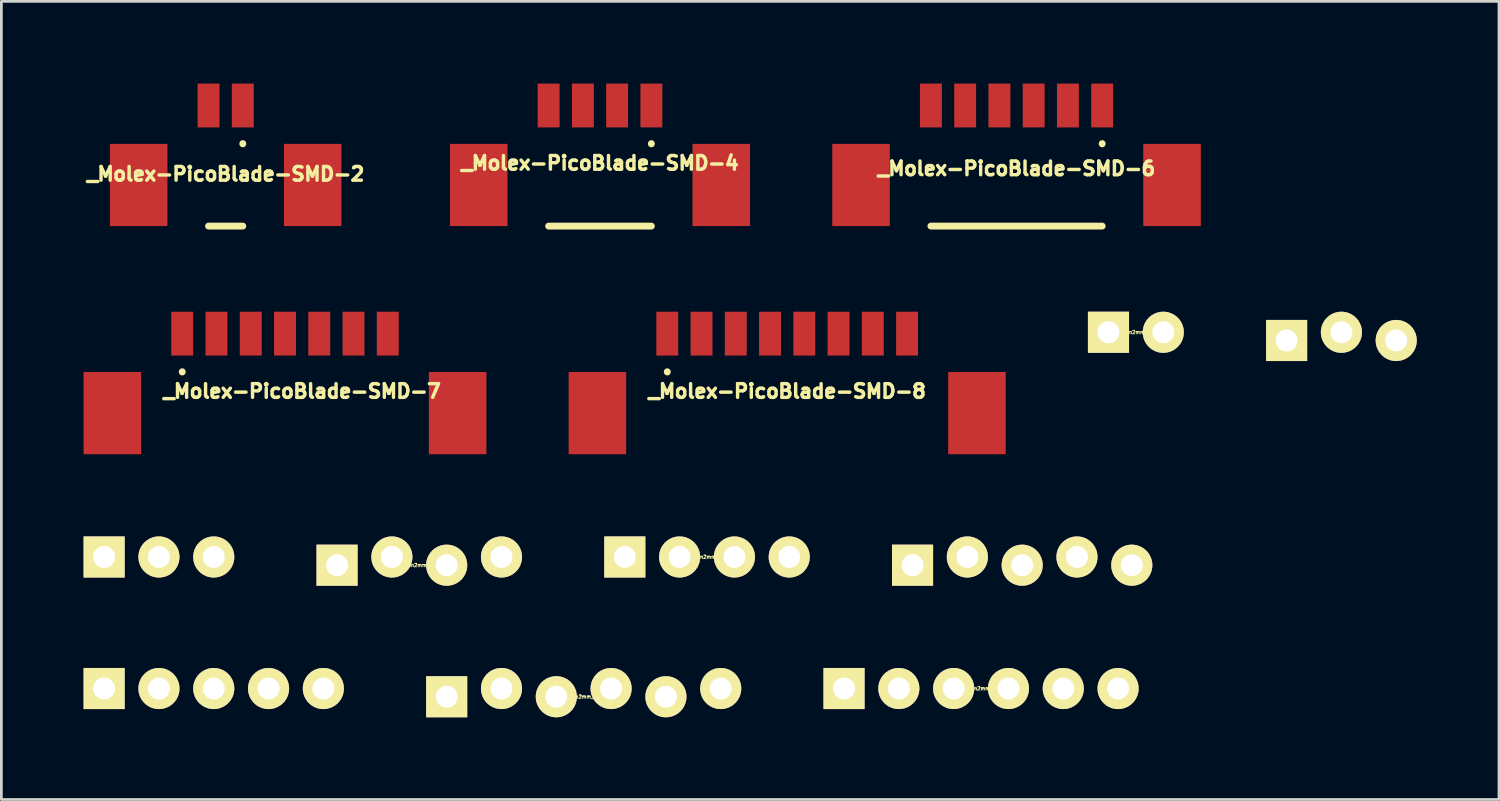
<source format=kicad_pcb>
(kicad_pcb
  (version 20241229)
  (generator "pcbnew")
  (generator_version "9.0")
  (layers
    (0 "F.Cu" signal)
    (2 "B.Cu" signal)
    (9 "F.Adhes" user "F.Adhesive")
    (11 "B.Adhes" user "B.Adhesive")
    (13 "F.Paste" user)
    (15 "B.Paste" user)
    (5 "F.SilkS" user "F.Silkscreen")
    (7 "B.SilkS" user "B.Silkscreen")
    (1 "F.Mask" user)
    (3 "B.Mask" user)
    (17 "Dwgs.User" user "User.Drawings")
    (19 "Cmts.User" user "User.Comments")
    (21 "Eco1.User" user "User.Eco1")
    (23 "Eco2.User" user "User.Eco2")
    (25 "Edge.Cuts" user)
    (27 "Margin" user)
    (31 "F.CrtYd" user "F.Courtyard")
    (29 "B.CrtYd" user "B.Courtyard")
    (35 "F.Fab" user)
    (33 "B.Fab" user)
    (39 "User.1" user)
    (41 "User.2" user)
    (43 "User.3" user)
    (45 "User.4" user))
  (footprint "_Pin2mm_6"
    (layer "F.Cu")
    (at 32.75 22.075)
    (property "Reference" "_Pin2mm_6" (at 0 0 0) (layer "F.SilkS") (effects (font (size 0.127 0.127) (thickness 0.032))))
    (attr through_hole)
    (pad "1" thru_hole rect (at -5 0) (size 1.5 1.5) (drill 0.8) (layers "*.Cu" "*.Mask" "F.SilkS"))
    (pad "2" thru_hole circle (at -3 0) (size 1.5 1.5) (drill 0.8) (layers "*.Cu" "*.Mask" "F.SilkS"))
    (pad "3" thru_hole circle (at -1 0) (size 1.5 1.5) (drill 0.8) (layers "*.Cu" "*.Mask" "F.SilkS"))
    (pad "4" thru_hole circle (at 1 0) (size 1.5 1.5) (drill 0.8) (layers "*.Cu" "*.Mask" "F.SilkS"))
    (pad "5" thru_hole circle (at 3 0) (size 1.5 1.5) (drill 0.8) (layers "*.Cu" "*.Mask" "F.SilkS"))
    (pad "6" thru_hole circle (at 5 0) (size 1.5 1.5) (drill 0.8) (layers "*.Cu" "*.Mask" "F.SilkS")))
  (footprint "_Pin2mm_3"
    (layer "F.Cu")
    (at 2.75 17.275)
    (property "Reference" "_Pin2mm_3" (at 0 0 0) (layer "F.SilkS") (effects (font (size 0.127 0.127) (thickness 0.032))))
    (attr through_hole)
    (pad "1" thru_hole rect (at -2 0) (size 1.5 1.5) (drill 0.8) (layers "*.Cu" "*.Mask" "F.SilkS"))
    (pad "2" thru_hole circle (at 0 0) (size 1.5 1.5) (drill 0.8) (layers "*.Cu" "*.Mask" "F.SilkS"))
    (pad "3" thru_hole circle (at 2 0) (size 1.5 1.5) (drill 0.8) (layers "*.Cu" "*.Mask" "F.SilkS")))
  (footprint "_Pin2mm_6z"
    (layer "F.Cu")
    (at 18.25 22.375)
    (property "Reference" "_Pin2mm_6z" (at 0 0 0) (layer "F.SilkS") (effects (font (size 0.127 0.127) (thickness 0.032))))
    (attr through_hole)
    (pad "1" thru_hole rect (at -5 0) (size 1.5 1.5) (drill 0.8) (layers "*.Cu" "*.Mask" "F.SilkS"))
    (pad "2" thru_hole circle (at -3 -0.3) (size 1.5 1.5) (drill 0.8) (layers "*.Cu" "*.Mask" "F.SilkS"))
    (pad "3" thru_hole circle (at -1 0) (size 1.5 1.5) (drill 0.8) (layers "*.Cu" "*.Mask" "F.SilkS"))
    (pad "4" thru_hole circle (at 1 -0.3) (size 1.5 1.5) (drill 0.8) (layers "*.Cu" "*.Mask" "F.SilkS"))
    (pad "5" thru_hole circle (at 3 0) (size 1.5 1.5) (drill 0.8) (layers "*.Cu" "*.Mask" "F.SilkS"))
    (pad "6" thru_hole circle (at 5 -0.3) (size 1.5 1.5) (drill 0.8) (layers "*.Cu" "*.Mask" "F.SilkS")))
  (footprint "_Molex-PicoBlade-SMD-8"
    (layer "F.Cu")
    (at 25.675 12.025)
    (property "Reference" "_Molex-PicoBlade-SMD-8" (at 0 -0.8 0) (layer "F.SilkS") (effects (font (size 0.5 0.5) (thickness 0.125))))
    (attr through_hole)
    (fp_line (start -4.375 -1.5) (end -4.375 -1.51) (stroke (width 0.25) (type solid)) (layer "F.SilkS"))
    (pad "1" smd rect (at -4.375 -2.9) (size 0.8 1.6) (layers "F.Cu" "F.Mask" "F.Paste"))
    (pad "2" smd rect (at -3.125 -2.9) (size 0.8 1.6) (layers "F.Cu" "F.Mask" "F.Paste"))
    (pad "3" smd rect (at -1.875 -2.9) (size 0.8 1.6) (layers "F.Cu" "F.Mask" "F.Paste"))
    (pad "4" smd rect (at -0.625 -2.9) (size 0.8 1.6) (layers "F.Cu" "F.Mask" "F.Paste"))
    (pad "5" smd rect (at 0.625 -2.9) (size 0.8 1.6) (layers "F.Cu" "F.Mask" "F.Paste"))
    (pad "6" smd rect (at 1.875 -2.9) (size 0.8 1.6) (layers "F.Cu" "F.Mask" "F.Paste"))
    (pad "7" smd rect (at 3.125 -2.9) (size 0.8 1.6) (layers "F.Cu" "F.Mask" "F.Paste"))
    (pad "8" smd rect (at 4.375 -2.9) (size 0.8 1.6) (layers "F.Cu" "F.Mask" "F.Paste"))
    (pad "MECH" smd rect (at -6.925 0) (size 2.1 3) (layers "F.Cu" "F.Mask" "F.Paste"))
    (pad "MECH" smd rect (at 6.925 0) (size 2.1 3) (layers "F.Cu" "F.Mask" "F.Paste")))
  (footprint "_Pin2mm_2"
    (layer "F.Cu")
    (at 38.4 9.075)
    (property "Reference" "_Pin2mm_2" (at 0 0 0) (layer "F.SilkS") (effects (font (size 0.127 0.127) (thickness 0.032))))
    (attr through_hole)
    (pad "1" thru_hole rect (at -1 0) (size 1.5 1.5) (drill 0.8) (layers "*.Cu" "*.Mask" "F.SilkS"))
    (pad "2" thru_hole circle (at 1 0) (size 1.5 1.5) (drill 0.8) (layers "*.Cu" "*.Mask" "F.SilkS")))
  (footprint "_Pin2mm_5"
    (layer "F.Cu")
    (at 4.75 22.075)
    (property "Reference" "_Pin2mm_5" (at 0 0 0) (layer "F.SilkS") (effects (font (size 0.127 0.127) (thickness 0.032))))
    (attr through_hole)
    (pad "1" thru_hole rect (at -4 0) (size 1.5 1.5) (drill 0.8) (layers "*.Cu" "*.Mask" "F.SilkS"))
    (pad "2" thru_hole circle (at -2 0) (size 1.5 1.5) (drill 0.8) (layers "*.Cu" "*.Mask" "F.SilkS"))
    (pad "3" thru_hole circle (at 0 0) (size 1.5 1.5) (drill 0.8) (layers "*.Cu" "*.Mask" "F.SilkS"))
    (pad "4" thru_hole circle (at 2 0) (size 1.5 1.5) (drill 0.8) (layers "*.Cu" "*.Mask" "F.SilkS"))
    (pad "5" thru_hole circle (at 4 0) (size 1.5 1.5) (drill 0.8) (layers "*.Cu" "*.Mask" "F.SilkS")))
  (footprint "_Pin2mm_4"
    (layer "F.Cu")
    (at 22.75 17.275)
    (property "Reference" "_Pin2mm_4" (at 0 0 0) (layer "F.SilkS") (effects (font (size 0.127 0.127) (thickness 0.032))))
    (attr through_hole)
    (pad "1" thru_hole rect (at -3 0) (size 1.5 1.5) (drill 0.8) (layers "*.Cu" "*.Mask" "F.SilkS"))
    (pad "2" thru_hole circle (at -1 0) (size 1.5 1.5) (drill 0.8) (layers "*.Cu" "*.Mask" "F.SilkS"))
    (pad "3" thru_hole circle (at 1 0) (size 1.5 1.5) (drill 0.8) (layers "*.Cu" "*.Mask" "F.SilkS"))
    (pad "4" thru_hole circle (at 3 0) (size 1.5 1.5) (drill 0.8) (layers "*.Cu" "*.Mask" "F.SilkS")))
  (footprint "_Molex-PicoBlade-SMD-7"
    (layer "F.Cu")
    (at 7.975 12.025)
    (property "Reference" "_Molex-PicoBlade-SMD-7" (at 0 -0.8 0) (layer "F.SilkS") (effects (font (size 0.5 0.5) (thickness 0.125))))
    (attr through_hole)
    (fp_line (start -4.375 -1.5) (end -4.375 -1.51) (stroke (width 0.25) (type solid)) (layer "F.SilkS"))
    (pad "1" smd rect (at -4.375 -2.9) (size 0.8 1.6) (layers "F.Cu" "F.Mask" "F.Paste"))
    (pad "2" smd rect (at -3.125 -2.9) (size 0.8 1.6) (layers "F.Cu" "F.Mask" "F.Paste"))
    (pad "3" smd rect (at -1.875 -2.9) (size 0.8 1.6) (layers "F.Cu" "F.Mask" "F.Paste"))
    (pad "4" smd rect (at -0.625 -2.9) (size 0.8 1.6) (layers "F.Cu" "F.Mask" "F.Paste"))
    (pad "5" smd rect (at 0.625 -2.9) (size 0.8 1.6) (layers "F.Cu" "F.Mask" "F.Paste"))
    (pad "6" smd rect (at 1.875 -2.9) (size 0.8 1.6) (layers "F.Cu" "F.Mask" "F.Paste"))
    (pad "7" smd rect (at 3.125 -2.9) (size 0.8 1.6) (layers "F.Cu" "F.Mask" "F.Paste"))
    (pad "MECH" smd rect (at -6.925 0) (size 2.1 3) (layers "F.Cu" "F.Mask" "F.Paste"))
    (pad "MECH" smd rect (at 5.675 0) (size 2.1 3) (layers "F.Cu" "F.Mask" "F.Paste")))
  (footprint "_Pin2mm_4z"
    (layer "F.Cu")
    (at 12.25 17.575)
    (property "Reference" "_Pin2mm_4z" (at 0 0 0) (layer "F.SilkS") (effects (font (size 0.127 0.127) (thickness 0.032))))
    (attr through_hole)
    (pad "1" thru_hole rect (at -3 0) (size 1.5 1.5) (drill 0.8) (layers "*.Cu" "*.Mask" "F.SilkS"))
    (pad "2" thru_hole circle (at -1 -0.3) (size 1.5 1.5) (drill 0.8) (layers "*.Cu" "*.Mask" "F.SilkS"))
    (pad "3" thru_hole circle (at 1 0) (size 1.5 1.5) (drill 0.8) (layers "*.Cu" "*.Mask" "F.SilkS"))
    (pad "4" thru_hole circle (at 3 -0.3) (size 1.5 1.5) (drill 0.8) (layers "*.Cu" "*.Mask" "F.SilkS")))
  (footprint "_Molex-PicoBlade-SMD-6"
    (layer "F.Cu")
    (at 34.045 3.7)
    (property "Reference" "_Molex-PicoBlade-SMD-6" (at 0 -0.6 0) (layer "F.SilkS") (effects (font (size 0.5 0.5) (thickness 0.125))))
    (attr through_hole)
    (fp_line (start -3.125 1.5) (end 3.125 1.5) (stroke (width 0.25) (type solid)) (layer "F.SilkS"))
    (fp_line (start 3.125 -1.5) (end 3.125 -1.51) (stroke (width 0.25) (type solid)) (layer "F.SilkS"))
    (pad "1" smd rect (at 3.125 -2.9) (size 0.8 1.6) (layers "F.Cu" "F.Mask" "F.Paste"))
    (pad "2" smd rect (at 1.875 -2.9) (size 0.8 1.6) (layers "F.Cu" "F.Mask" "F.Paste"))
    (pad "3" smd rect (at 0.625 -2.9) (size 0.8 1.6) (layers "F.Cu" "F.Mask" "F.Paste"))
    (pad "4" smd rect (at -0.625 -2.9) (size 0.8 1.6) (layers "F.Cu" "F.Mask" "F.Paste"))
    (pad "5" smd rect (at -1.875 -2.9) (size 0.8 1.6) (layers "F.Cu" "F.Mask" "F.Paste"))
    (pad "6" smd rect (at -3.125 -2.9) (size 0.8 1.6) (layers "F.Cu" "F.Mask" "F.Paste"))
    (pad "MECH" smd rect (at -5.675 0) (size 2.1 3) (layers "F.Cu" "F.Mask" "F.Paste"))
    (pad "MECH" smd rect (at 5.675 0) (size 2.1 3) (layers "F.Cu" "F.Mask" "F.Paste")))
  (footprint "_Molex-PicoBlade-SMD-2"
    (layer "F.Cu")
    (at 5.185 3.7)
    (property "Reference" "_Molex-PicoBlade-SMD-2" (at 0 -0.4 0) (layer "F.SilkS") (effects (font (size 0.5 0.5) (thickness 0.125))))
    (attr through_hole)
    (fp_line (start -0.625 1.5) (end 0.625 1.5) (stroke (width 0.25) (type solid)) (layer "F.SilkS"))
    (fp_line (start 0.625 -1.5) (end 0.625 -1.51) (stroke (width 0.25) (type solid)) (layer "F.SilkS"))
    (pad "1" smd rect (at 0.625 -2.9) (size 0.8 1.6) (layers "F.Cu" "F.Mask" "F.Paste"))
    (pad "2" smd rect (at -0.625 -2.9) (size 0.8 1.6) (layers "F.Cu" "F.Mask" "F.Paste"))
    (pad "MECH" smd rect (at -3.175 0) (size 2.1 3) (layers "F.Cu" "F.Mask" "F.Paste"))
    (pad "MECH" smd rect (at 3.175 0) (size 2.1 3) (layers "F.Cu" "F.Mask" "F.Paste")))
  (footprint "_Molex-PicoBlade-SMD-4"
    (layer "F.Cu")
    (at 18.845 3.7)
    (property "Reference" "_Molex-PicoBlade-SMD-4" (at 0 -0.8 0) (layer "F.SilkS") (effects (font (size 0.5 0.5) (thickness 0.125))))
    (attr through_hole)
    (fp_line (start -1.875 1.5) (end 1.875 1.5) (stroke (width 0.25) (type solid)) (layer "F.SilkS"))
    (fp_line (start 1.875 -1.5) (end 1.875 -1.51) (stroke (width 0.25) (type solid)) (layer "F.SilkS"))
    (pad "1" smd rect (at 1.875 -2.9) (size 0.8 1.6) (layers "F.Cu" "F.Mask" "F.Paste"))
    (pad "2" smd rect (at 0.625 -2.9) (size 0.8 1.6) (layers "F.Cu" "F.Mask" "F.Paste"))
    (pad "3" smd rect (at -0.625 -2.9) (size 0.8 1.6) (layers "F.Cu" "F.Mask" "F.Paste"))
    (pad "4" smd rect (at -1.875 -2.9) (size 0.8 1.6) (layers "F.Cu" "F.Mask" "F.Paste"))
    (pad "MECH" smd rect (at -4.425 0) (size 2.1 3) (layers "F.Cu" "F.Mask" "F.Paste"))
    (pad "MECH" smd rect (at 4.425 0) (size 2.1 3) (layers "F.Cu" "F.Mask" "F.Paste")))
  (footprint "_Pin2mm_5z"
    (layer "F.Cu")
    (at 34.25 17.575)
    (property "Reference" "_Pin2mm_5z" (at 0 0 0) (layer "F.SilkS") (effects (font (size 0.127 0.127) (thickness 0.032))))
    (attr through_hole)
    (pad "1" thru_hole rect (at -4 0) (size 1.5 1.5) (drill 0.8) (layers "*.Cu" "*.Mask" "F.SilkS"))
    (pad "2" thru_hole circle (at -2 -0.3) (size 1.5 1.5) (drill 0.8) (layers "*.Cu" "*.Mask" "F.SilkS"))
    (pad "3" thru_hole circle (at 0 0) (size 1.5 1.5) (drill 0.8) (layers "*.Cu" "*.Mask" "F.SilkS"))
    (pad "4" thru_hole circle (at 2 -0.3) (size 1.5 1.5) (drill 0.8) (layers "*.Cu" "*.Mask" "F.SilkS"))
    (pad "5" thru_hole circle (at 4 0) (size 1.5 1.5) (drill 0.8) (layers "*.Cu" "*.Mask" "F.SilkS")))
  (footprint "_Pin2mm_3z"
    (layer "F.Cu")
    (at 45.9 9.375)
    (property "Reference" "_Pin2mm_3z" (at 0 0 0) (layer "F.SilkS") (effects (font (size 0.127 0.127) (thickness 0.032))))
    (attr through_hole)
    (pad "1" thru_hole rect (at -2 0) (size 1.5 1.5) (drill 0.8) (layers "*.Cu" "*.Mask" "F.SilkS"))
    (pad "2" thru_hole circle (at 0 -0.3) (size 1.5 1.5) (drill 0.8) (layers "*.Cu" "*.Mask" "F.SilkS"))
    (pad "3" thru_hole circle (at 2 0) (size 1.5 1.5) (drill 0.8) (layers "*.Cu" "*.Mask" "F.SilkS")))
  (gr_rect
    (start -3 -3)
    (end 51.65 26.125)
    (stroke (width 0.1) (type default))
    (fill no)
    (layer "Edge.Cuts")))
</source>
